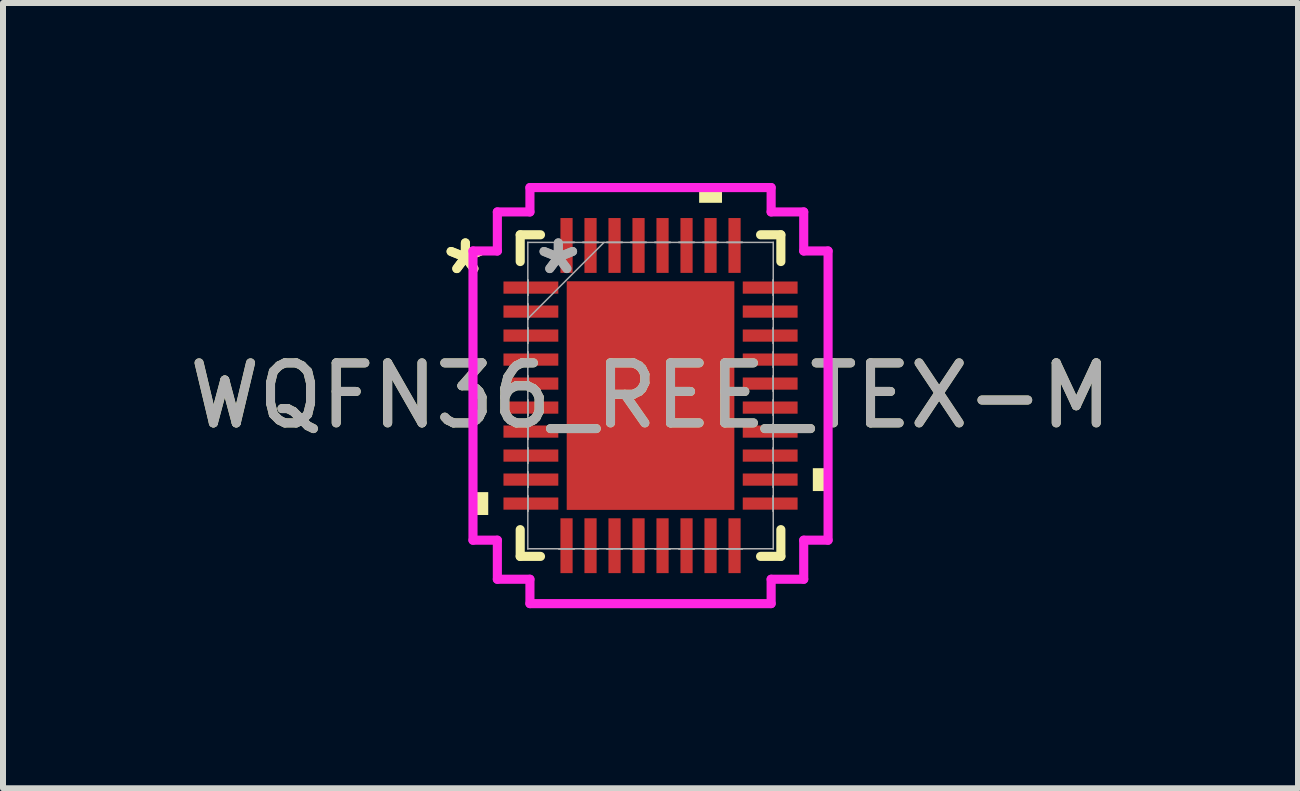
<source format=kicad_pcb>
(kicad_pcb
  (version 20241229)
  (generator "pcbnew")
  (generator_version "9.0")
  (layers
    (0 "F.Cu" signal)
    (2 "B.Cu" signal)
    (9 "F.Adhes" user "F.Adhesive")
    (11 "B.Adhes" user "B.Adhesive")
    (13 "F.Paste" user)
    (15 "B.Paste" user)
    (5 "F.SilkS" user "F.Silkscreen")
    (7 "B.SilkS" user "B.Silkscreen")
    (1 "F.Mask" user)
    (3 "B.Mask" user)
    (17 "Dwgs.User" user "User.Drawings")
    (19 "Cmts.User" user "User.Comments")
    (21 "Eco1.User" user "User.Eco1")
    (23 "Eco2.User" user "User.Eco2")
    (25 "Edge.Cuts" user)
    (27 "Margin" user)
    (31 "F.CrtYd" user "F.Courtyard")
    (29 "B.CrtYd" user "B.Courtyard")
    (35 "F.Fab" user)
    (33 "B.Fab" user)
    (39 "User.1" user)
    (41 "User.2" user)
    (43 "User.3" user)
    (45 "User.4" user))
  (footprint "WQFN36_REE_TEX-M"
    (layer "F.Cu")
    (at 7.792 3.543)
    (property "Reference" "WQFN36_REE_TEX-M" (at 0 0 0) (unlocked yes) (layer "F.SilkS") (effects (font (size 1 1) (thickness 0.15))))
    (attr smd)
    (fp_line (start -2.172 -2.68) (end -2.172 -2.234) (stroke (width 0.152) (type solid)) (layer "F.SilkS"))
    (fp_line (start -2.172 2.234) (end -2.172 2.68) (stroke (width 0.152) (type solid)) (layer "F.SilkS"))
    (fp_line (start -2.172 2.68) (end -1.834 2.68) (stroke (width 0.152) (type solid)) (layer "F.SilkS"))
    (fp_line (start -1.834 -2.68) (end -2.172 -2.68) (stroke (width 0.152) (type solid)) (layer "F.SilkS"))
    (fp_line (start 1.834 2.68) (end 2.172 2.68) (stroke (width 0.152) (type solid)) (layer "F.SilkS"))
    (fp_line (start 2.172 -2.68) (end 1.834 -2.68) (stroke (width 0.152) (type solid)) (layer "F.SilkS"))
    (fp_line (start 2.172 -2.234) (end 2.172 -2.68) (stroke (width 0.152) (type solid)) (layer "F.SilkS"))
    (fp_line (start 2.172 2.68) (end 2.172 2.234) (stroke (width 0.152) (type solid)) (layer "F.SilkS"))
    (fp_poly (pts (xy -2.959 1.609) (xy -2.959 1.99) (xy -2.705 1.99) (xy -2.705 1.609)) (stroke (width 0) (type solid)) (fill yes) (layer "F.SilkS"))
    (fp_poly (pts (xy 0.81 -3.213) (xy 0.81 -3.467) (xy 1.191 -3.467) (xy 1.191 -3.213)) (stroke (width 0) (type solid)) (fill yes) (layer "F.SilkS"))
    (fp_poly (pts (xy 2.959 1.21) (xy 2.959 1.591) (xy 2.705 1.591) (xy 2.705 1.21)) (stroke (width 0) (type solid)) (fill yes) (layer "F.SilkS"))
    (fp_poly (pts (xy -1.297 -1.805) (xy -1.297 -0.735) (xy -0.1 -0.735) (xy -0.1 -1.805)) (stroke (width 0) (type solid)) (fill yes) (layer "F.Paste"))
    (fp_poly (pts (xy -1.297 -0.535) (xy -1.297 0.535) (xy -0.1 0.535) (xy -0.1 -0.535)) (stroke (width 0) (type solid)) (fill yes) (layer "F.Paste"))
    (fp_poly (pts (xy -1.297 0.735) (xy -1.297 1.805) (xy -0.1 1.805) (xy -0.1 0.735)) (stroke (width 0) (type solid)) (fill yes) (layer "F.Paste"))
    (fp_poly (pts (xy 0.1 -1.805) (xy 0.1 -0.735) (xy 1.297 -0.735) (xy 1.297 -1.805)) (stroke (width 0) (type solid)) (fill yes) (layer "F.Paste"))
    (fp_poly (pts (xy 0.1 -0.535) (xy 0.1 0.535) (xy 1.297 0.535) (xy 1.297 -0.535)) (stroke (width 0) (type solid)) (fill yes) (layer "F.Paste"))
    (fp_poly (pts (xy 0.1 0.735) (xy 0.1 1.805) (xy 1.297 1.805) (xy 1.297 0.735)) (stroke (width 0) (type solid)) (fill yes) (layer "F.Paste"))
    (fp_line (start -2.959 -2.41) (end -2.553 -2.41) (stroke (width 0.152) (type solid)) (layer "F.CrtYd"))
    (fp_line (start -2.959 2.41) (end -2.959 -2.41) (stroke (width 0.152) (type solid)) (layer "F.CrtYd"))
    (fp_line (start -2.553 -3.061) (end -2.01 -3.061) (stroke (width 0.152) (type solid)) (layer "F.CrtYd"))
    (fp_line (start -2.553 -2.41) (end -2.553 -3.061) (stroke (width 0.152) (type solid)) (layer "F.CrtYd"))
    (fp_line (start -2.553 2.41) (end -2.959 2.41) (stroke (width 0.152) (type solid)) (layer "F.CrtYd"))
    (fp_line (start -2.553 3.061) (end -2.553 2.41) (stroke (width 0.152) (type solid)) (layer "F.CrtYd"))
    (fp_line (start -2.01 -3.467) (end 2.01 -3.467) (stroke (width 0.152) (type solid)) (layer "F.CrtYd"))
    (fp_line (start -2.01 -3.061) (end -2.01 -3.467) (stroke (width 0.152) (type solid)) (layer "F.CrtYd"))
    (fp_line (start -2.01 3.061) (end -2.553 3.061) (stroke (width 0.152) (type solid)) (layer "F.CrtYd"))
    (fp_line (start -2.01 3.467) (end -2.01 3.061) (stroke (width 0.152) (type solid)) (layer "F.CrtYd"))
    (fp_line (start 2.01 -3.467) (end 2.01 -3.061) (stroke (width 0.152) (type solid)) (layer "F.CrtYd"))
    (fp_line (start 2.01 -3.061) (end 2.553 -3.061) (stroke (width 0.152) (type solid)) (layer "F.CrtYd"))
    (fp_line (start 2.01 3.061) (end 2.01 3.467) (stroke (width 0.152) (type solid)) (layer "F.CrtYd"))
    (fp_line (start 2.01 3.467) (end -2.01 3.467) (stroke (width 0.152) (type solid)) (layer "F.CrtYd"))
    (fp_line (start 2.553 -3.061) (end 2.553 -2.41) (stroke (width 0.152) (type solid)) (layer "F.CrtYd"))
    (fp_line (start 2.553 -2.41) (end 2.959 -2.41) (stroke (width 0.152) (type solid)) (layer "F.CrtYd"))
    (fp_line (start 2.553 2.41) (end 2.553 3.061) (stroke (width 0.152) (type solid)) (layer "F.CrtYd"))
    (fp_line (start 2.553 3.061) (end 2.01 3.061) (stroke (width 0.152) (type solid)) (layer "F.CrtYd"))
    (fp_line (start 2.959 -2.41) (end 2.959 2.41) (stroke (width 0.152) (type solid)) (layer "F.CrtYd"))
    (fp_line (start 2.959 2.41) (end 2.553 2.41) (stroke (width 0.152) (type solid)) (layer "F.CrtYd"))
    (fp_line (start -2.045 -2.553) (end -2.045 -2.553) (stroke (width 0.025) (type solid)) (layer "F.Fab"))
    (fp_line (start -2.045 -2.553) (end -2.045 2.553) (stroke (width 0.025) (type solid)) (layer "F.Fab"))
    (fp_line (start -2.045 -1.927) (end -2.045 -1.927) (stroke (width 0.025) (type solid)) (layer "F.Fab"))
    (fp_line (start -2.045 -1.927) (end -2.045 -1.673) (stroke (width 0.025) (type solid)) (layer "F.Fab"))
    (fp_line (start -2.045 -1.673) (end -2.045 -1.927) (stroke (width 0.025) (type solid)) (layer "F.Fab"))
    (fp_line (start -2.045 -1.673) (end -2.045 -1.673) (stroke (width 0.025) (type solid)) (layer "F.Fab"))
    (fp_line (start -2.045 -1.527) (end -2.045 -1.527) (stroke (width 0.025) (type solid)) (layer "F.Fab"))
    (fp_line (start -2.045 -1.527) (end -2.045 -1.273) (stroke (width 0.025) (type solid)) (layer "F.Fab"))
    (fp_line (start -2.045 -1.283) (end -0.775 -2.553) (stroke (width 0.025) (type solid)) (layer "F.Fab"))
    (fp_line (start -2.045 -1.273) (end -2.045 -1.527) (stroke (width 0.025) (type solid)) (layer "F.Fab"))
    (fp_line (start -2.045 -1.273) (end -2.045 -1.273) (stroke (width 0.025) (type solid)) (layer "F.Fab"))
    (fp_line (start -2.045 -1.127) (end -2.045 -1.127) (stroke (width 0.025) (type solid)) (layer "F.Fab"))
    (fp_line (start -2.045 -1.127) (end -2.045 -0.873) (stroke (width 0.025) (type solid)) (layer "F.Fab"))
    (fp_line (start -2.045 -0.873) (end -2.045 -1.127) (stroke (width 0.025) (type solid)) (layer "F.Fab"))
    (fp_line (start -2.045 -0.873) (end -2.045 -0.873) (stroke (width 0.025) (type solid)) (layer "F.Fab"))
    (fp_line (start -2.045 -0.727) (end -2.045 -0.727) (stroke (width 0.025) (type solid)) (layer "F.Fab"))
    (fp_line (start -2.045 -0.727) (end -2.045 -0.473) (stroke (width 0.025) (type solid)) (layer "F.Fab"))
    (fp_line (start -2.045 -0.473) (end -2.045 -0.727) (stroke (width 0.025) (type solid)) (layer "F.Fab"))
    (fp_line (start -2.045 -0.473) (end -2.045 -0.473) (stroke (width 0.025) (type solid)) (layer "F.Fab"))
    (fp_line (start -2.045 -0.327) (end -2.045 -0.327) (stroke (width 0.025) (type solid)) (layer "F.Fab"))
    (fp_line (start -2.045 -0.327) (end -2.045 -0.073) (stroke (width 0.025) (type solid)) (layer "F.Fab"))
    (fp_line (start -2.045 -0.073) (end -2.045 -0.327) (stroke (width 0.025) (type solid)) (layer "F.Fab"))
    (fp_line (start -2.045 -0.073) (end -2.045 -0.073) (stroke (width 0.025) (type solid)) (layer "F.Fab"))
    (fp_line (start -2.045 0.073) (end -2.045 0.073) (stroke (width 0.025) (type solid)) (layer "F.Fab"))
    (fp_line (start -2.045 0.073) (end -2.045 0.327) (stroke (width 0.025) (type solid)) (layer "F.Fab"))
    (fp_line (start -2.045 0.327) (end -2.045 0.073) (stroke (width 0.025) (type solid)) (layer "F.Fab"))
    (fp_line (start -2.045 0.327) (end -2.045 0.327) (stroke (width 0.025) (type solid)) (layer "F.Fab"))
    (fp_line (start -2.045 0.473) (end -2.045 0.473) (stroke (width 0.025) (type solid)) (layer "F.Fab"))
    (fp_line (start -2.045 0.473) (end -2.045 0.727) (stroke (width 0.025) (type solid)) (layer "F.Fab"))
    (fp_line (start -2.045 0.727) (end -2.045 0.473) (stroke (width 0.025) (type solid)) (layer "F.Fab"))
    (fp_line (start -2.045 0.727) (end -2.045 0.727) (stroke (width 0.025) (type solid)) (layer "F.Fab"))
    (fp_line (start -2.045 0.873) (end -2.045 0.873) (stroke (width 0.025) (type solid)) (layer "F.Fab"))
    (fp_line (start -2.045 0.873) (end -2.045 1.127) (stroke (width 0.025) (type solid)) (layer "F.Fab"))
    (fp_line (start -2.045 1.127) (end -2.045 0.873) (stroke (width 0.025) (type solid)) (layer "F.Fab"))
    (fp_line (start -2.045 1.127) (end -2.045 1.127) (stroke (width 0.025) (type solid)) (layer "F.Fab"))
    (fp_line (start -2.045 1.273) (end -2.045 1.273) (stroke (width 0.025) (type solid)) (layer "F.Fab"))
    (fp_line (start -2.045 1.273) (end -2.045 1.527) (stroke (width 0.025) (type solid)) (layer "F.Fab"))
    (fp_line (start -2.045 1.527) (end -2.045 1.273) (stroke (width 0.025) (type solid)) (layer "F.Fab"))
    (fp_line (start -2.045 1.527) (end -2.045 1.527) (stroke (width 0.025) (type solid)) (layer "F.Fab"))
    (fp_line (start -2.045 1.673) (end -2.045 1.673) (stroke (width 0.025) (type solid)) (layer "F.Fab"))
    (fp_line (start -2.045 1.673) (end -2.045 1.927) (stroke (width 0.025) (type solid)) (layer "F.Fab"))
    (fp_line (start -2.045 1.927) (end -2.045 1.673) (stroke (width 0.025) (type solid)) (layer "F.Fab"))
    (fp_line (start -2.045 1.927) (end -2.045 1.927) (stroke (width 0.025) (type solid)) (layer "F.Fab"))
    (fp_line (start -2.045 2.553) (end -2.045 2.553) (stroke (width 0.025) (type solid)) (layer "F.Fab"))
    (fp_line (start -2.045 2.553) (end 2.045 2.553) (stroke (width 0.025) (type solid)) (layer "F.Fab"))
    (fp_line (start -1.527 -2.553) (end -1.527 -2.553) (stroke (width 0.025) (type solid)) (layer "F.Fab"))
    (fp_line (start -1.527 -2.553) (end -1.273 -2.553) (stroke (width 0.025) (type solid)) (layer "F.Fab"))
    (fp_line (start -1.527 2.553) (end -1.527 2.553) (stroke (width 0.025) (type solid)) (layer "F.Fab"))
    (fp_line (start -1.527 2.553) (end -1.273 2.553) (stroke (width 0.025) (type solid)) (layer "F.Fab"))
    (fp_line (start -1.273 -2.553) (end -1.527 -2.553) (stroke (width 0.025) (type solid)) (layer "F.Fab"))
    (fp_line (start -1.273 -2.553) (end -1.273 -2.553) (stroke (width 0.025) (type solid)) (layer "F.Fab"))
    (fp_line (start -1.273 2.553) (end -1.527 2.553) (stroke (width 0.025) (type solid)) (layer "F.Fab"))
    (fp_line (start -1.273 2.553) (end -1.273 2.553) (stroke (width 0.025) (type solid)) (layer "F.Fab"))
    (fp_line (start -1.127 -2.553) (end -1.127 -2.553) (stroke (width 0.025) (type solid)) (layer "F.Fab"))
    (fp_line (start -1.127 -2.553) (end -0.873 -2.553) (stroke (width 0.025) (type solid)) (layer "F.Fab"))
    (fp_line (start -1.127 2.553) (end -1.127 2.553) (stroke (width 0.025) (type solid)) (layer "F.Fab"))
    (fp_line (start -1.127 2.553) (end -0.873 2.553) (stroke (width 0.025) (type solid)) (layer "F.Fab"))
    (fp_line (start -0.873 -2.553) (end -1.127 -2.553) (stroke (width 0.025) (type solid)) (layer "F.Fab"))
    (fp_line (start -0.873 -2.553) (end -0.873 -2.553) (stroke (width 0.025) (type solid)) (layer "F.Fab"))
    (fp_line (start -0.873 2.553) (end -1.127 2.553) (stroke (width 0.025) (type solid)) (layer "F.Fab"))
    (fp_line (start -0.873 2.553) (end -0.873 2.553) (stroke (width 0.025) (type solid)) (layer "F.Fab"))
    (fp_line (start -0.727 -2.553) (end -0.727 -2.553) (stroke (width 0.025) (type solid)) (layer "F.Fab"))
    (fp_line (start -0.727 -2.553) (end -0.473 -2.553) (stroke (width 0.025) (type solid)) (layer "F.Fab"))
    (fp_line (start -0.727 2.553) (end -0.727 2.553) (stroke (width 0.025) (type solid)) (layer "F.Fab"))
    (fp_line (start -0.727 2.553) (end -0.473 2.553) (stroke (width 0.025) (type solid)) (layer "F.Fab"))
    (fp_line (start -0.473 -2.553) (end -0.727 -2.553) (stroke (width 0.025) (type solid)) (layer "F.Fab"))
    (fp_line (start -0.473 -2.553) (end -0.473 -2.553) (stroke (width 0.025) (type solid)) (layer "F.Fab"))
    (fp_line (start -0.473 2.553) (end -0.727 2.553) (stroke (width 0.025) (type solid)) (layer "F.Fab"))
    (fp_line (start -0.473 2.553) (end -0.473 2.553) (stroke (width 0.025) (type solid)) (layer "F.Fab"))
    (fp_line (start -0.327 -2.553) (end -0.327 -2.553) (stroke (width 0.025) (type solid)) (layer "F.Fab"))
    (fp_line (start -0.327 -2.553) (end -0.073 -2.553) (stroke (width 0.025) (type solid)) (layer "F.Fab"))
    (fp_line (start -0.327 2.553) (end -0.327 2.553) (stroke (width 0.025) (type solid)) (layer "F.Fab"))
    (fp_line (start -0.327 2.553) (end -0.073 2.553) (stroke (width 0.025) (type solid)) (layer "F.Fab"))
    (fp_line (start -0.073 -2.553) (end -0.327 -2.553) (stroke (width 0.025) (type solid)) (layer "F.Fab"))
    (fp_line (start -0.073 -2.553) (end -0.073 -2.553) (stroke (width 0.025) (type solid)) (layer "F.Fab"))
    (fp_line (start -0.073 2.553) (end -0.327 2.553) (stroke (width 0.025) (type solid)) (layer "F.Fab"))
    (fp_line (start -0.073 2.553) (end -0.073 2.553) (stroke (width 0.025) (type solid)) (layer "F.Fab"))
    (fp_line (start 0.073 -2.553) (end 0.073 -2.553) (stroke (width 0.025) (type solid)) (layer "F.Fab"))
    (fp_line (start 0.073 -2.553) (end 0.327 -2.553) (stroke (width 0.025) (type solid)) (layer "F.Fab"))
    (fp_line (start 0.073 2.553) (end 0.073 2.553) (stroke (width 0.025) (type solid)) (layer "F.Fab"))
    (fp_line (start 0.073 2.553) (end 0.327 2.553) (stroke (width 0.025) (type solid)) (layer "F.Fab"))
    (fp_line (start 0.327 -2.553) (end 0.073 -2.553) (stroke (width 0.025) (type solid)) (layer "F.Fab"))
    (fp_line (start 0.327 -2.553) (end 0.327 -2.553) (stroke (width 0.025) (type solid)) (layer "F.Fab"))
    (fp_line (start 0.327 2.553) (end 0.073 2.553) (stroke (width 0.025) (type solid)) (layer "F.Fab"))
    (fp_line (start 0.327 2.553) (end 0.327 2.553) (stroke (width 0.025) (type solid)) (layer "F.Fab"))
    (fp_line (start 0.473 -2.553) (end 0.473 -2.553) (stroke (width 0.025) (type solid)) (layer "F.Fab"))
    (fp_line (start 0.473 -2.553) (end 0.727 -2.553) (stroke (width 0.025) (type solid)) (layer "F.Fab"))
    (fp_line (start 0.473 2.553) (end 0.473 2.553) (stroke (width 0.025) (type solid)) (layer "F.Fab"))
    (fp_line (start 0.473 2.553) (end 0.727 2.553) (stroke (width 0.025) (type solid)) (layer "F.Fab"))
    (fp_line (start 0.727 -2.553) (end 0.473 -2.553) (stroke (width 0.025) (type solid)) (layer "F.Fab"))
    (fp_line (start 0.727 -2.553) (end 0.727 -2.553) (stroke (width 0.025) (type solid)) (layer "F.Fab"))
    (fp_line (start 0.727 2.553) (end 0.473 2.553) (stroke (width 0.025) (type solid)) (layer "F.Fab"))
    (fp_line (start 0.727 2.553) (end 0.727 2.553) (stroke (width 0.025) (type solid)) (layer "F.Fab"))
    (fp_line (start 0.873 -2.553) (end 0.873 -2.553) (stroke (width 0.025) (type solid)) (layer "F.Fab"))
    (fp_line (start 0.873 -2.553) (end 1.127 -2.553) (stroke (width 0.025) (type solid)) (layer "F.Fab"))
    (fp_line (start 0.873 2.553) (end 0.873 2.553) (stroke (width 0.025) (type solid)) (layer "F.Fab"))
    (fp_line (start 0.873 2.553) (end 1.127 2.553) (stroke (width 0.025) (type solid)) (layer "F.Fab"))
    (fp_line (start 1.127 -2.553) (end 0.873 -2.553) (stroke (width 0.025) (type solid)) (layer "F.Fab"))
    (fp_line (start 1.127 -2.553) (end 1.127 -2.553) (stroke (width 0.025) (type solid)) (layer "F.Fab"))
    (fp_line (start 1.127 2.553) (end 0.873 2.553) (stroke (width 0.025) (type solid)) (layer "F.Fab"))
    (fp_line (start 1.127 2.553) (end 1.127 2.553) (stroke (width 0.025) (type solid)) (layer "F.Fab"))
    (fp_line (start 1.273 -2.553) (end 1.273 -2.553) (stroke (width 0.025) (type solid)) (layer "F.Fab"))
    (fp_line (start 1.273 -2.553) (end 1.527 -2.553) (stroke (width 0.025) (type solid)) (layer "F.Fab"))
    (fp_line (start 1.273 2.553) (end 1.273 2.553) (stroke (width 0.025) (type solid)) (layer "F.Fab"))
    (fp_line (start 1.273 2.553) (end 1.527 2.553) (stroke (width 0.025) (type solid)) (layer "F.Fab"))
    (fp_line (start 1.527 -2.553) (end 1.273 -2.553) (stroke (width 0.025) (type solid)) (layer "F.Fab"))
    (fp_line (start 1.527 -2.553) (end 1.527 -2.553) (stroke (width 0.025) (type solid)) (layer "F.Fab"))
    (fp_line (start 1.527 2.553) (end 1.273 2.553) (stroke (width 0.025) (type solid)) (layer "F.Fab"))
    (fp_line (start 1.527 2.553) (end 1.527 2.553) (stroke (width 0.025) (type solid)) (layer "F.Fab"))
    (fp_line (start 2.045 -2.553) (end -2.045 -2.553) (stroke (width 0.025) (type solid)) (layer "F.Fab"))
    (fp_line (start 2.045 -2.553) (end 2.045 -2.553) (stroke (width 0.025) (type solid)) (layer "F.Fab"))
    (fp_line (start 2.045 -1.927) (end 2.045 -1.927) (stroke (width 0.025) (type solid)) (layer "F.Fab"))
    (fp_line (start 2.045 -1.927) (end 2.045 -1.673) (stroke (width 0.025) (type solid)) (layer "F.Fab"))
    (fp_line (start 2.045 -1.673) (end 2.045 -1.927) (stroke (width 0.025) (type solid)) (layer "F.Fab"))
    (fp_line (start 2.045 -1.673) (end 2.045 -1.673) (stroke (width 0.025) (type solid)) (layer "F.Fab"))
    (fp_line (start 2.045 -1.527) (end 2.045 -1.527) (stroke (width 0.025) (type solid)) (layer "F.Fab"))
    (fp_line (start 2.045 -1.527) (end 2.045 -1.273) (stroke (width 0.025) (type solid)) (layer "F.Fab"))
    (fp_line (start 2.045 -1.273) (end 2.045 -1.527) (stroke (width 0.025) (type solid)) (layer "F.Fab"))
    (fp_line (start 2.045 -1.273) (end 2.045 -1.273) (stroke (width 0.025) (type solid)) (layer "F.Fab"))
    (fp_line (start 2.045 -1.127) (end 2.045 -1.127) (stroke (width 0.025) (type solid)) (layer "F.Fab"))
    (fp_line (start 2.045 -1.127) (end 2.045 -0.873) (stroke (width 0.025) (type solid)) (layer "F.Fab"))
    (fp_line (start 2.045 -0.873) (end 2.045 -1.127) (stroke (width 0.025) (type solid)) (layer "F.Fab"))
    (fp_line (start 2.045 -0.873) (end 2.045 -0.873) (stroke (width 0.025) (type solid)) (layer "F.Fab"))
    (fp_line (start 2.045 -0.727) (end 2.045 -0.727) (stroke (width 0.025) (type solid)) (layer "F.Fab"))
    (fp_line (start 2.045 -0.727) (end 2.045 -0.473) (stroke (width 0.025) (type solid)) (layer "F.Fab"))
    (fp_line (start 2.045 -0.473) (end 2.045 -0.727) (stroke (width 0.025) (type solid)) (layer "F.Fab"))
    (fp_line (start 2.045 -0.473) (end 2.045 -0.473) (stroke (width 0.025) (type solid)) (layer "F.Fab"))
    (fp_line (start 2.045 -0.327) (end 2.045 -0.327) (stroke (width 0.025) (type solid)) (layer "F.Fab"))
    (fp_line (start 2.045 -0.327) (end 2.045 -0.073) (stroke (width 0.025) (type solid)) (layer "F.Fab"))
    (fp_line (start 2.045 -0.073) (end 2.045 -0.327) (stroke (width 0.025) (type solid)) (layer "F.Fab"))
    (fp_line (start 2.045 -0.073) (end 2.045 -0.073) (stroke (width 0.025) (type solid)) (layer "F.Fab"))
    (fp_line (start 2.045 0.073) (end 2.045 0.073) (stroke (width 0.025) (type solid)) (layer "F.Fab"))
    (fp_line (start 2.045 0.073) (end 2.045 0.327) (stroke (width 0.025) (type solid)) (layer "F.Fab"))
    (fp_line (start 2.045 0.327) (end 2.045 0.073) (stroke (width 0.025) (type solid)) (layer "F.Fab"))
    (fp_line (start 2.045 0.327) (end 2.045 0.327) (stroke (width 0.025) (type solid)) (layer "F.Fab"))
    (fp_line (start 2.045 0.473) (end 2.045 0.473) (stroke (width 0.025) (type solid)) (layer "F.Fab"))
    (fp_line (start 2.045 0.473) (end 2.045 0.727) (stroke (width 0.025) (type solid)) (layer "F.Fab"))
    (fp_line (start 2.045 0.727) (end 2.045 0.473) (stroke (width 0.025) (type solid)) (layer "F.Fab"))
    (fp_line (start 2.045 0.727) (end 2.045 0.727) (stroke (width 0.025) (type solid)) (layer "F.Fab"))
    (fp_line (start 2.045 0.873) (end 2.045 0.873) (stroke (width 0.025) (type solid)) (layer "F.Fab"))
    (fp_line (start 2.045 0.873) (end 2.045 1.127) (stroke (width 0.025) (type solid)) (layer "F.Fab"))
    (fp_line (start 2.045 1.127) (end 2.045 0.873) (stroke (width 0.025) (type solid)) (layer "F.Fab"))
    (fp_line (start 2.045 1.127) (end 2.045 1.127) (stroke (width 0.025) (type solid)) (layer "F.Fab"))
    (fp_line (start 2.045 1.273) (end 2.045 1.273) (stroke (width 0.025) (type solid)) (layer "F.Fab"))
    (fp_line (start 2.045 1.273) (end 2.045 1.527) (stroke (width 0.025) (type solid)) (layer "F.Fab"))
    (fp_line (start 2.045 1.527) (end 2.045 1.273) (stroke (width 0.025) (type solid)) (layer "F.Fab"))
    (fp_line (start 2.045 1.527) (end 2.045 1.527) (stroke (width 0.025) (type solid)) (layer "F.Fab"))
    (fp_line (start 2.045 1.673) (end 2.045 1.673) (stroke (width 0.025) (type solid)) (layer "F.Fab"))
    (fp_line (start 2.045 1.673) (end 2.045 1.927) (stroke (width 0.025) (type solid)) (layer "F.Fab"))
    (fp_line (start 2.045 1.927) (end 2.045 1.673) (stroke (width 0.025) (type solid)) (layer "F.Fab"))
    (fp_line (start 2.045 1.927) (end 2.045 1.927) (stroke (width 0.025) (type solid)) (layer "F.Fab"))
    (fp_line (start 2.045 2.553) (end 2.045 -2.553) (stroke (width 0.025) (type solid)) (layer "F.Fab"))
    (fp_line (start 2.045 2.553) (end 2.045 2.553) (stroke (width 0.025) (type solid)) (layer "F.Fab"))
    (fp_text user "*" (at -3.086 -2 0) (layer "F.SilkS") (effects (font (size 1 1) (thickness 0.15))))
    (fp_text user "*" (at -3.086 -2 0) (unlocked yes) (layer "F.SilkS") (effects (font (size 1 1) (thickness 0.15))))
    (fp_text user "${REFERENCE}" (at 0 0 0) (unlocked yes) (layer "F.Fab") (effects (font (size 1 1) (thickness 0.15))))
    (fp_text user "*" (at -1.537 -2 0) (unlocked yes) (layer "F.Fab") (effects (font (size 1 1) (thickness 0.15))))
    (fp_text user "*" (at -1.537 -2 0) (layer "F.Fab") (effects (font (size 1 1) (thickness 0.15))))
    (pad "1" smd rect (at -1.994 -1.8 90) (size 0.203 0.914) (layers "F.Cu" "F.Mask" "F.Paste"))
    (pad "2" smd rect (at -1.994 -1.4 90) (size 0.203 0.914) (layers "F.Cu" "F.Mask" "F.Paste"))
    (pad "3" smd rect (at -1.994 -1 90) (size 0.203 0.914) (layers "F.Cu" "F.Mask" "F.Paste"))
    (pad "4" smd rect (at -1.994 -0.6 90) (size 0.203 0.914) (layers "F.Cu" "F.Mask" "F.Paste"))
    (pad "5" smd rect (at -1.994 -0.2 90) (size 0.203 0.914) (layers "F.Cu" "F.Mask" "F.Paste"))
    (pad "6" smd rect (at -1.994 0.2 90) (size 0.203 0.914) (layers "F.Cu" "F.Mask" "F.Paste"))
    (pad "7" smd rect (at -1.994 0.6 90) (size 0.203 0.914) (layers "F.Cu" "F.Mask" "F.Paste"))
    (pad "8" smd rect (at -1.994 1 90) (size 0.203 0.914) (layers "F.Cu" "F.Mask" "F.Paste"))
    (pad "9" smd rect (at -1.994 1.4 90) (size 0.203 0.914) (layers "F.Cu" "F.Mask" "F.Paste"))
    (pad "10" smd rect (at -1.994 1.8 90) (size 0.203 0.914) (layers "F.Cu" "F.Mask" "F.Paste"))
    (pad "11" smd rect (at -1.4 2.502) (size 0.203 0.914) (layers "F.Cu" "F.Mask" "F.Paste"))
    (pad "12" smd rect (at -1 2.502) (size 0.203 0.914) (layers "F.Cu" "F.Mask" "F.Paste"))
    (pad "13" smd rect (at -0.6 2.502) (size 0.203 0.914) (layers "F.Cu" "F.Mask" "F.Paste"))
    (pad "14" smd rect (at -0.2 2.502) (size 0.203 0.914) (layers "F.Cu" "F.Mask" "F.Paste"))
    (pad "15" smd rect (at 0.2 2.502) (size 0.203 0.914) (layers "F.Cu" "F.Mask" "F.Paste"))
    (pad "16" smd rect (at 0.6 2.502) (size 0.203 0.914) (layers "F.Cu" "F.Mask" "F.Paste"))
    (pad "17" smd rect (at 1 2.502) (size 0.203 0.914) (layers "F.Cu" "F.Mask" "F.Paste"))
    (pad "18" smd rect (at 1.4 2.502) (size 0.203 0.914) (layers "F.Cu" "F.Mask" "F.Paste"))
    (pad "19" smd rect (at 1.994 1.8 90) (size 0.203 0.914) (layers "F.Cu" "F.Mask" "F.Paste"))
    (pad "20" smd rect (at 1.994 1.4 90) (size 0.203 0.914) (layers "F.Cu" "F.Mask" "F.Paste"))
    (pad "21" smd rect (at 1.994 1 90) (size 0.203 0.914) (layers "F.Cu" "F.Mask" "F.Paste"))
    (pad "22" smd rect (at 1.994 0.6 90) (size 0.203 0.914) (layers "F.Cu" "F.Mask" "F.Paste"))
    (pad "23" smd rect (at 1.994 0.2 90) (size 0.203 0.914) (layers "F.Cu" "F.Mask" "F.Paste"))
    (pad "24" smd rect (at 1.994 -0.2 90) (size 0.203 0.914) (layers "F.Cu" "F.Mask" "F.Paste"))
    (pad "25" smd rect (at 1.994 -0.6 90) (size 0.203 0.914) (layers "F.Cu" "F.Mask" "F.Paste"))
    (pad "26" smd rect (at 1.994 -1 90) (size 0.203 0.914) (layers "F.Cu" "F.Mask" "F.Paste"))
    (pad "27" smd rect (at 1.994 -1.4 90) (size 0.203 0.914) (layers "F.Cu" "F.Mask" "F.Paste"))
    (pad "28" smd rect (at 1.994 -1.8 90) (size 0.203 0.914) (layers "F.Cu" "F.Mask" "F.Paste"))
    (pad "29" smd rect (at 1.4 -2.502) (size 0.203 0.914) (layers "F.Cu" "F.Mask" "F.Paste"))
    (pad "30" smd rect (at 1 -2.502) (size 0.203 0.914) (layers "F.Cu" "F.Mask" "F.Paste"))
    (pad "31" smd rect (at 0.6 -2.502) (size 0.203 0.914) (layers "F.Cu" "F.Mask" "F.Paste"))
    (pad "32" smd rect (at 0.2 -2.502) (size 0.203 0.914) (layers "F.Cu" "F.Mask" "F.Paste"))
    (pad "33" smd rect (at -0.2 -2.502) (size 0.203 0.914) (layers "F.Cu" "F.Mask" "F.Paste"))
    (pad "34" smd rect (at -0.6 -2.502) (size 0.203 0.914) (layers "F.Cu" "F.Mask" "F.Paste"))
    (pad "35" smd rect (at -1 -2.502) (size 0.203 0.914) (layers "F.Cu" "F.Mask" "F.Paste"))
    (pad "36" smd rect (at -1.4 -2.502) (size 0.203 0.914) (layers "F.Cu" "F.Mask" "F.Paste"))
    (pad "37" smd rect (at 0 0) (size 2.794 3.81) (layers "F.Cu" "F.Mask" "F.Paste")))
  (gr_rect
    (start -3 -3)
    (end 18.583 10.087)
    (stroke (width 0.1) (type default))
    (fill no)
    (layer "Edge.Cuts")))
</source>
